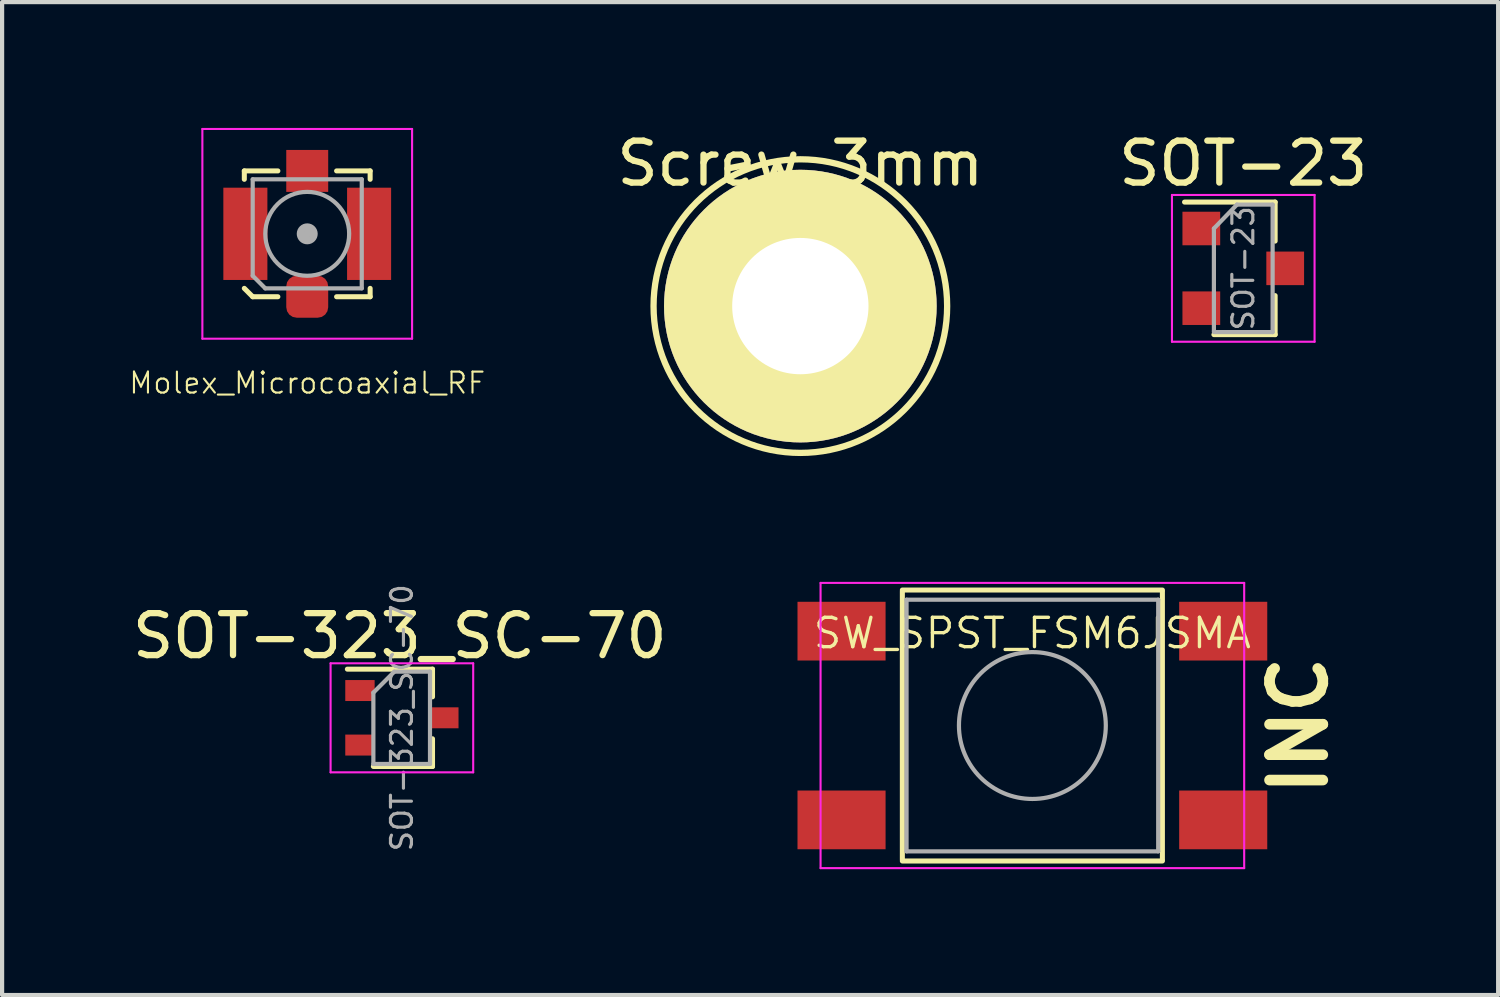
<source format=kicad_pcb>
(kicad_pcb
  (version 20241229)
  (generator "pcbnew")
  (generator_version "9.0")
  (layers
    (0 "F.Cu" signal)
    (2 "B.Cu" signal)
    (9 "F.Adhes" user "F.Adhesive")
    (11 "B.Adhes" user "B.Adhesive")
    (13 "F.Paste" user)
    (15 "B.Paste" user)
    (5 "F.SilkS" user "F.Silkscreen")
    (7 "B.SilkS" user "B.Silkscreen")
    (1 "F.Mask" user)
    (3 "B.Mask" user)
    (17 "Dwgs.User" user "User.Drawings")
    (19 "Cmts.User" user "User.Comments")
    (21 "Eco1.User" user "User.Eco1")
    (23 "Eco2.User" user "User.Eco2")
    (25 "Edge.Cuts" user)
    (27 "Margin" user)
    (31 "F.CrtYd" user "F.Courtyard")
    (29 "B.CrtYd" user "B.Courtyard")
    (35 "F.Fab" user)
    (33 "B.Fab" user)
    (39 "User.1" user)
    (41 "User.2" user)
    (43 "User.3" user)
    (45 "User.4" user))
  (footprint "Molex_Microcoaxial_RF"
    (layer "F.Cu")
    (at 4.275 2.525)
    (property "Reference" "Molex_Microcoaxial_RF" (at 0 3.556 0) (layer "F.SilkS") (effects (font (size 0.5 0.5) (thickness 0.05))))
    (attr smd)
    (fp_line (start -1.5 -1.5) (end -0.7 -1.5) (stroke (width 0.12) (type solid)) (layer "F.SilkS"))
    (fp_line (start -1.5 -1.3) (end -1.5 -1.5) (stroke (width 0.12) (type solid)) (layer "F.SilkS"))
    (fp_line (start -1.3 1.5) (end -1.5 1.3) (stroke (width 0.12) (type solid)) (layer "F.SilkS"))
    (fp_line (start -0.7 1.5) (end -1.3 1.5) (stroke (width 0.12) (type solid)) (layer "F.SilkS"))
    (fp_line (start 0.7 -1.5) (end 1.5 -1.5) (stroke (width 0.12) (type solid)) (layer "F.SilkS"))
    (fp_line (start 1.5 -1.5) (end 1.5 -1.3) (stroke (width 0.12) (type solid)) (layer "F.SilkS"))
    (fp_line (start 1.5 1.3) (end 1.5 1.5) (stroke (width 0.12) (type solid)) (layer "F.SilkS"))
    (fp_line (start 1.5 1.5) (end 0.7 1.5) (stroke (width 0.12) (type solid)) (layer "F.SilkS"))
    (fp_line (start -2.5 -2.5) (end -2.5 2.5) (stroke (width 0.05) (type solid)) (layer "F.CrtYd"))
    (fp_line (start -2.5 2.5) (end 2.5 2.5) (stroke (width 0.05) (type solid)) (layer "F.CrtYd"))
    (fp_line (start 2.5 -2.5) (end -2.5 -2.5) (stroke (width 0.05) (type solid)) (layer "F.CrtYd"))
    (fp_line (start 2.5 2.5) (end 2.5 -2.5) (stroke (width 0.05) (type solid)) (layer "F.CrtYd"))
    (fp_line (start -1.3 -1.3) (end -1.3 1) (stroke (width 0.1) (type solid)) (layer "F.Fab"))
    (fp_line (start -1.3 -1.3) (end 1.3 -1.3) (stroke (width 0.1) (type solid)) (layer "F.Fab"))
    (fp_line (start -1.3 1) (end -1 1.3) (stroke (width 0.1) (type solid)) (layer "F.Fab"))
    (fp_line (start -1 1.3) (end 1.3 1.3) (stroke (width 0.1) (type solid)) (layer "F.Fab"))
    (fp_line (start 1.3 -1.3) (end 1.3 1.3) (stroke (width 0.1) (type solid)) (layer "F.Fab"))
    (fp_circle (center 0 0) (end 0 0.05) (stroke (width 0.1) (type solid)) (fill no) (layer "F.Fab"))
    (fp_circle (center 0 0) (end 0 0.125) (stroke (width 0.1) (type solid)) (fill no) (layer "F.Fab"))
    (fp_circle (center 0 0) (end 0 0.2) (stroke (width 0.1) (type solid)) (fill no) (layer "F.Fab"))
    (fp_circle (center 0 0) (end 1 0) (stroke (width 0.1) (type solid)) (fill no) (layer "F.Fab"))
    (pad "1" smd roundrect (at 0 1.5) (size 1 1) (layers "F.Cu" "F.Mask" "F.Paste") (roundrect_rratio 0.25))
    (pad "2" smd rect (at -1.475 0) (size 1.05 2.2) (layers "F.Cu" "F.Mask" "F.Paste"))
    (pad "2" smd rect (at 0 -1.5) (size 1 1) (layers "F.Cu" "F.Mask" "F.Paste"))
    (pad "2" smd rect (at 1.475 0) (size 1.05 2.2) (layers "F.Cu" "F.Mask" "F.Paste")))
  (footprint "SOT-323_SC-70"
    (layer "F.Cu")
    (at 6.532 14.064)
    (property "Reference" "SOT-323_SC-70" (at -0.05 -1.95 0) (layer "F.SilkS") (effects (font (size 1 1) (thickness 0.15))))
    (attr smd)
    (fp_line (start -0.68 1.16) (end 0.73 1.16) (stroke (width 0.12) (type solid)) (layer "F.SilkS"))
    (fp_line (start 0.73 -1.16) (end -1.3 -1.16) (stroke (width 0.12) (type solid)) (layer "F.SilkS"))
    (fp_line (start 0.73 -1.16) (end 0.73 -0.5) (stroke (width 0.12) (type solid)) (layer "F.SilkS"))
    (fp_line (start 0.73 0.5) (end 0.73 1.16) (stroke (width 0.12) (type solid)) (layer "F.SilkS"))
    (fp_line (start -1.7 -1.3) (end 1.7 -1.3) (stroke (width 0.05) (type solid)) (layer "F.CrtYd"))
    (fp_line (start -1.7 1.3) (end -1.7 -1.3) (stroke (width 0.05) (type solid)) (layer "F.CrtYd"))
    (fp_line (start 1.7 -1.3) (end 1.7 1.3) (stroke (width 0.05) (type solid)) (layer "F.CrtYd"))
    (fp_line (start 1.7 1.3) (end -1.7 1.3) (stroke (width 0.05) (type solid)) (layer "F.CrtYd"))
    (fp_line (start -0.68 -0.6) (end -0.68 1.1) (stroke (width 0.1) (type solid)) (layer "F.Fab"))
    (fp_line (start -0.18 -1.1) (end -0.68 -0.6) (stroke (width 0.1) (type solid)) (layer "F.Fab"))
    (fp_line (start 0.67 -1.1) (end -0.18 -1.1) (stroke (width 0.1) (type solid)) (layer "F.Fab"))
    (fp_line (start 0.67 -1.1) (end 0.67 1.1) (stroke (width 0.1) (type solid)) (layer "F.Fab"))
    (fp_line (start 0.67 1.1) (end -0.68 1.1) (stroke (width 0.1) (type solid)) (layer "F.Fab"))
    (fp_text user "${REFERENCE}" (at 0 0 90) (layer "F.Fab") (effects (font (size 0.5 0.5) (thickness 0.075))))
    (pad "1" smd rect (at -1 -0.65 270) (size 0.5 0.7) (layers "F.Cu" "F.Mask" "F.Paste"))
    (pad "2" smd rect (at -1 0.65 270) (size 0.5 0.7) (layers "F.Cu" "F.Mask" "F.Paste"))
    (pad "3" smd rect (at 1 0 270) (size 0.5 0.7) (layers "F.Cu" "F.Mask" "F.Paste")))
  (footprint "SOT-23"
    (layer "F.Cu")
    (at 26.592 3.348)
    (property "Reference" "SOT-23" (at 0 -2.5 0) (layer "F.SilkS") (effects (font (size 1 1) (thickness 0.15))))
    (attr smd)
    (fp_line (start 0.76 -1.58) (end -1.4 -1.58) (stroke (width 0.12) (type solid)) (layer "F.SilkS"))
    (fp_line (start 0.76 -1.58) (end 0.76 -0.65) (stroke (width 0.12) (type solid)) (layer "F.SilkS"))
    (fp_line (start 0.76 1.58) (end -0.7 1.58) (stroke (width 0.12) (type solid)) (layer "F.SilkS"))
    (fp_line (start 0.76 1.58) (end 0.76 0.65) (stroke (width 0.12) (type solid)) (layer "F.SilkS"))
    (fp_line (start -1.7 -1.75) (end 1.7 -1.75) (stroke (width 0.05) (type solid)) (layer "F.CrtYd"))
    (fp_line (start -1.7 1.75) (end -1.7 -1.75) (stroke (width 0.05) (type solid)) (layer "F.CrtYd"))
    (fp_line (start 1.7 -1.75) (end 1.7 1.75) (stroke (width 0.05) (type solid)) (layer "F.CrtYd"))
    (fp_line (start 1.7 1.75) (end -1.7 1.75) (stroke (width 0.05) (type solid)) (layer "F.CrtYd"))
    (fp_line (start -0.7 -0.95) (end -0.7 1.5) (stroke (width 0.1) (type solid)) (layer "F.Fab"))
    (fp_line (start -0.7 -0.95) (end -0.15 -1.52) (stroke (width 0.1) (type solid)) (layer "F.Fab"))
    (fp_line (start -0.7 1.52) (end 0.7 1.52) (stroke (width 0.1) (type solid)) (layer "F.Fab"))
    (fp_line (start -0.15 -1.52) (end 0.7 -1.52) (stroke (width 0.1) (type solid)) (layer "F.Fab"))
    (fp_line (start 0.7 -1.52) (end 0.7 1.52) (stroke (width 0.1) (type solid)) (layer "F.Fab"))
    (fp_text user "${REFERENCE}" (at 0 0 90) (layer "F.Fab") (effects (font (size 0.5 0.5) (thickness 0.075))))
    (pad "1" smd rect (at -1 -0.95) (size 0.9 0.8) (layers "F.Cu" "F.Mask" "F.Paste"))
    (pad "2" smd rect (at -1 0.95) (size 0.9 0.8) (layers "F.Cu" "F.Mask" "F.Paste"))
    (pad "3" smd rect (at 1 0) (size 0.9 0.8) (layers "F.Cu" "F.Mask" "F.Paste")))
  (footprint "SW_SPST_FSM6JSMA"
    (layer "F.Cu")
    (at 21.564 14.248)
    (property "Reference" "SW_SPST_FSM6JSMA" (at 0 -2.2 0) (layer "F.SilkS") (effects (font (size 0.7 0.7) (thickness 0.08))))
    (attr smd)
    (fp_line (start -3.1 -3.23) (end 3.1 -3.23) (stroke (width 0.12) (type solid)) (layer "F.SilkS"))
    (fp_line (start -3.1 -3.2) (end -3.1 3.2) (stroke (width 0.12) (type solid)) (layer "F.SilkS"))
    (fp_line (start -3.1 3.23) (end 3.1 3.23) (stroke (width 0.12) (type solid)) (layer "F.SilkS"))
    (fp_line (start 3.1 -3.2) (end 3.1 3.2) (stroke (width 0.12) (type solid)) (layer "F.SilkS"))
    (fp_line (start -5.05 -3.4) (end -5.05 3.4) (stroke (width 0.05) (type solid)) (layer "F.CrtYd"))
    (fp_line (start -5.05 -3.4) (end 5.05 -3.4) (stroke (width 0.05) (type solid)) (layer "F.CrtYd"))
    (fp_line (start -5.05 3.4) (end 5.05 3.4) (stroke (width 0.05) (type solid)) (layer "F.CrtYd"))
    (fp_line (start 5.05 3.4) (end 5.05 -3.4) (stroke (width 0.05) (type solid)) (layer "F.CrtYd"))
    (fp_line (start -3 -3) (end -3 3) (stroke (width 0.1) (type solid)) (layer "F.Fab"))
    (fp_line (start -3 3) (end 3 3) (stroke (width 0.1) (type solid)) (layer "F.Fab"))
    (fp_line (start 3 -3) (end -3 -3) (stroke (width 0.1) (type solid)) (layer "F.Fab"))
    (fp_line (start 3 3) (end 3 -3) (stroke (width 0.1) (type solid)) (layer "F.Fab"))
    (fp_circle (center 0 0) (end 1.75 -0.05) (stroke (width 0.1) (type solid)) (fill no) (layer "F.Fab"))
    (fp_text user "INC" (at 6.35 0 90) (layer "F.SilkS") (effects (font (size 1.27 1.27) (thickness 0.254))))
    (pad "1" smd rect (at -4.55 -2.25) (size 2.1 1.4) (layers "F.Cu" "F.Mask" "F.Paste"))
    (pad "2" smd rect (at -4.55 2.25) (size 2.1 1.4) (layers "F.Cu" "F.Mask" "F.Paste"))
    (pad "3" smd rect (at 4.55 -2.25) (size 2.1 1.4) (layers "F.Cu" "F.Mask" "F.Paste"))
    (pad "4" smd rect (at 4.55 2.25) (size 2.1 1.4) (layers "F.Cu" "F.Mask" "F.Paste")))
  (footprint "Screw_3mm"
    (layer "F.Cu")
    (at 16.032 4.248)
    (property "Reference" "Screw_3mm" (at 0 -3.4 0) (layer "F.SilkS") (effects (font (size 1 1) (thickness 0.15))))
    (attr through_hole)
    (fp_circle (center 0 0) (end -3.5 0) (stroke (width 0.15) (type solid)) (fill no) (layer "F.SilkS"))
    (pad "1" thru_hole circle (at 0 0) (size 6.5 6.5) (drill 3.25) (layers "*.Cu" "*.Mask" "F.SilkS")))
  (gr_rect
    (start -3 -3)
    (end 32.669 20.673)
    (stroke (width 0.1) (type default))
    (fill no)
    (layer "Edge.Cuts")))
</source>
